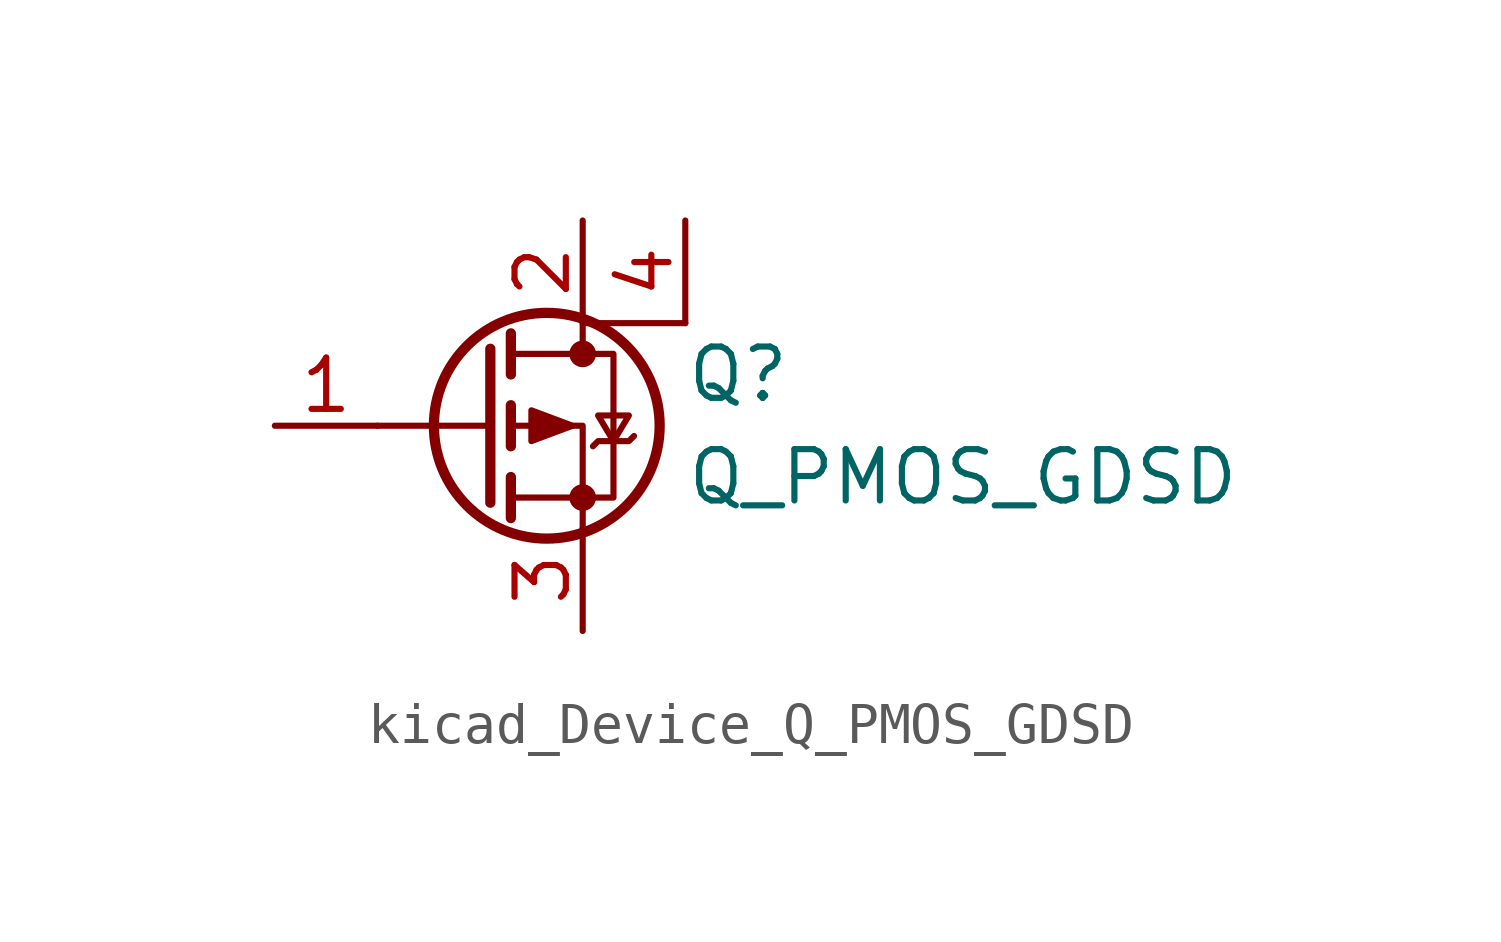
<source format=kicad_sym>
(kicad_symbol_lib
  (version 20220914)
  (generator kicad_symbol_editor)
  (symbol "kicad_Device_Q_PMOS_GDSD"
    (pin_names
      (offset 0) hide)
    (property "Reference" "Q"
      (at 5.08 1.27 0)
      (effects (font (size 1.27 1.27)) (justify left)))
    (property "Value" "Q_PMOS_GDSD"
      (at 5.08 -1.27 0)
      (effects (font (size 1.27 1.27)) (justify left)))
    (symbol "kicad_Device_Q_PMOS_GDSD_0_1"
      (polyline (pts (xy 0.254 0) (xy -2.54 0)) (stroke (width 0) (type default)) (fill (type none)))
      (polyline (pts (xy 0.254 1.905) (xy 0.254 -1.905)) (stroke (width 0.254) (type default)) (fill (type none)))
      (polyline (pts (xy 0.762 -1.27) (xy 0.762 -2.286)) (stroke (width 0.254) (type default)) (fill (type none)))
      (polyline (pts (xy 0.762 0.508) (xy 0.762 -0.508)) (stroke (width 0.254) (type default)) (fill (type none)))
      (polyline (pts (xy 0.762 2.286) (xy 0.762 1.27)) (stroke (width 0.254) (type default)) (fill (type none)))
      (polyline (pts (xy 2.54 -2.54) (xy 2.54 0) (xy 0.762 0)) (stroke (width 0) (type default)) (fill (type none)))
      (polyline (pts (xy 5.08 2.54) (xy 2.54 2.54) (xy 2.54 1.778)) (stroke (width 0) (type default)) (fill (type none)))
      (polyline (pts (xy 0.762 1.778) (xy 3.302 1.778) (xy 3.302 -1.778) (xy 0.762 -1.778)) (stroke (width 0) (type default)) (fill (type none)))
      (polyline (pts (xy 2.286 0) (xy 1.27 0.381) (xy 1.27 -0.381) (xy 2.286 0)) (stroke (width 0) (type default)) (fill (type outline)))
      (polyline (pts (xy 2.794 -0.508) (xy 2.921 -0.381) (xy 3.683 -0.381) (xy 3.81 -0.254)) (stroke (width 0) (type default)) (fill (type none)))
      (polyline (pts (xy 3.302 -0.381) (xy 2.921 0.254) (xy 3.683 0.254) (xy 3.302 -0.381)) (stroke (width 0) (type default)) (fill (type none)))
      (circle (center 1.651 0) (radius 2.794) (stroke (width 0.254) (type default)) (fill (type none)))
      (circle (center 2.54 -1.778) (radius 0.254) (stroke (width 0) (type default)) (fill (type outline)))
      (circle (center 2.54 1.778) (radius 0.254) (stroke (width 0) (type default)) (fill (type outline))))
    (symbol "kicad_Device_Q_PMOS_GDSD_1_1"
      (pin input line (at -5.08 0 0) (length 2.54) (name "G" (effects (font (size 1.27 1.27)))) (number "1" (effects (font (size 1.27 1.27)))))
      (pin passive line (at 2.54 5.08 270) (length 2.54) (name "D" (effects (font (size 1.27 1.27)))) (number "2" (effects (font (size 1.27 1.27)))))
      (pin passive line (at 2.54 -5.08 90) (length 2.54) (name "S" (effects (font (size 1.27 1.27)))) (number "3" (effects (font (size 1.27 1.27)))))
      (pin passive line (at 5.08 5.08 270) (length 2.54) (name "D" (effects (font (size 1.27 1.27)))) (number "4" (effects (font (size 1.27 1.27))))))))
</source>
